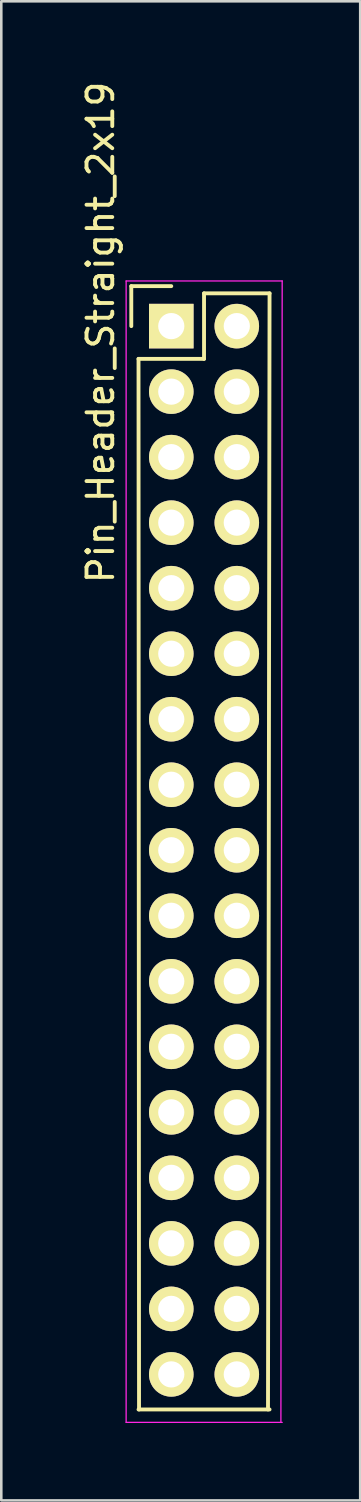
<source format=kicad_pcb>
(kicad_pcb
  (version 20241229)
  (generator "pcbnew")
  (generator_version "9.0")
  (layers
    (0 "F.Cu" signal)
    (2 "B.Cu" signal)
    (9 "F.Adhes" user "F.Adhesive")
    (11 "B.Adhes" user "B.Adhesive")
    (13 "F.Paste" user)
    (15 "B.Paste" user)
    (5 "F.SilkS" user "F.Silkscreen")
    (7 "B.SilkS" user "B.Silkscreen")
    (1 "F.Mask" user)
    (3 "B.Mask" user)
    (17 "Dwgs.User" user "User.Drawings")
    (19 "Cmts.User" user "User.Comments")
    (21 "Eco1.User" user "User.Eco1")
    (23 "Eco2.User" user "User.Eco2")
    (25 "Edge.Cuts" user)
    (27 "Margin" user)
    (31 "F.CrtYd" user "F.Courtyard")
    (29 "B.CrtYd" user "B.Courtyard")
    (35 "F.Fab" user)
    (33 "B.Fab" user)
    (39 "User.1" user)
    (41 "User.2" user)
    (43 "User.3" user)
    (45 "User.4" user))
  (footprint "Pin_Header_Straight_2x19"
    (layer "F.Cu")
    (at 3.59 9.593)
    (property "Reference" "Pin_Header_Straight_2x19" (at -2.742 0.246 90) (layer "F.SilkS") (effects (font (size 1 1) (thickness 0.15))))
    (attr through_hole)
    (fp_line (start -1.55 -1.55) (end -1.55 0) (stroke (width 0.15) (type solid)) (layer "F.SilkS"))
    (fp_line (start -1.25 42) (end -1.27 1.27) (stroke (width 0.15) (type solid)) (layer "F.SilkS"))
    (fp_line (start 0 -1.55) (end -1.55 -1.55) (stroke (width 0.15) (type solid)) (layer "F.SilkS"))
    (fp_line (start 1.27 -1.27) (end 1.27 1.27) (stroke (width 0.15) (type solid)) (layer "F.SilkS"))
    (fp_line (start 1.27 1.27) (end -1.27 1.27) (stroke (width 0.15) (type solid)) (layer "F.SilkS"))
    (fp_line (start 3.81 -1.27) (end 1.27 -1.27) (stroke (width 0.15) (type solid)) (layer "F.SilkS"))
    (fp_line (start 3.81 -1.27) (end 3.75 42) (stroke (width 0.15) (type solid)) (layer "F.SilkS"))
    (fp_line (start 3.81 42) (end -1.27 42) (stroke (width 0.15) (type solid)) (layer "F.SilkS"))
    (fp_line (start -1.75 -1.75) (end -1.75 42.5) (stroke (width 0.05) (type solid)) (layer "F.CrtYd"))
    (fp_line (start -1.75 -1.75) (end 4.3 -1.75) (stroke (width 0.05) (type solid)) (layer "F.CrtYd"))
    (fp_line (start -1.75 42.5) (end 4.3 42.5) (stroke (width 0.05) (type solid)) (layer "F.CrtYd"))
    (fp_line (start 4.3 -1.75) (end 4.25 42.5) (stroke (width 0.05) (type solid)) (layer "F.CrtYd"))
    (pad "1" thru_hole rect (at 0 0) (size 1.727 1.727) (drill 1.016) (layers "*.Cu" "*.Mask" "F.SilkS"))
    (pad "2" thru_hole oval (at 2.54 0) (size 1.727 1.727) (drill 1.016) (layers "*.Cu" "*.Mask" "F.SilkS"))
    (pad "3" thru_hole oval (at 0 2.54) (size 1.727 1.727) (drill 1.016) (layers "*.Cu" "*.Mask" "F.SilkS"))
    (pad "4" thru_hole oval (at 2.54 2.54) (size 1.727 1.727) (drill 1.016) (layers "*.Cu" "*.Mask" "F.SilkS"))
    (pad "5" thru_hole oval (at 0 5.08) (size 1.727 1.727) (drill 1.016) (layers "*.Cu" "*.Mask" "F.SilkS"))
    (pad "6" thru_hole oval (at 2.54 5.08) (size 1.727 1.727) (drill 1.016) (layers "*.Cu" "*.Mask" "F.SilkS"))
    (pad "7" thru_hole oval (at 0 7.62) (size 1.727 1.727) (drill 1.016) (layers "*.Cu" "*.Mask" "F.SilkS"))
    (pad "8" thru_hole oval (at 2.54 7.62) (size 1.727 1.727) (drill 1.016) (layers "*.Cu" "*.Mask" "F.SilkS"))
    (pad "9" thru_hole oval (at 0 10.16) (size 1.727 1.727) (drill 1.016) (layers "*.Cu" "*.Mask" "F.SilkS"))
    (pad "10" thru_hole oval (at 2.54 10.16) (size 1.727 1.727) (drill 1.016) (layers "*.Cu" "*.Mask" "F.SilkS"))
    (pad "11" thru_hole oval (at 0 12.7) (size 1.727 1.727) (drill 1.016) (layers "*.Cu" "*.Mask" "F.SilkS"))
    (pad "12" thru_hole oval (at 2.54 12.7) (size 1.727 1.727) (drill 1.016) (layers "*.Cu" "*.Mask" "F.SilkS"))
    (pad "13" thru_hole oval (at 0 15.24) (size 1.727 1.727) (drill 1.016) (layers "*.Cu" "*.Mask" "F.SilkS"))
    (pad "14" thru_hole oval (at 2.54 15.24) (size 1.727 1.727) (drill 1.016) (layers "*.Cu" "*.Mask" "F.SilkS"))
    (pad "15" thru_hole oval (at 0 17.78) (size 1.727 1.727) (drill 1.016) (layers "*.Cu" "*.Mask" "F.SilkS"))
    (pad "16" thru_hole oval (at 2.54 17.78) (size 1.727 1.727) (drill 1.016) (layers "*.Cu" "*.Mask" "F.SilkS"))
    (pad "17" thru_hole oval (at 0 20.32) (size 1.727 1.727) (drill 1.016) (layers "*.Cu" "*.Mask" "F.SilkS"))
    (pad "18" thru_hole oval (at 2.54 20.32) (size 1.727 1.727) (drill 1.016) (layers "*.Cu" "*.Mask" "F.SilkS"))
    (pad "19" thru_hole oval (at 0 22.86) (size 1.727 1.727) (drill 1.016) (layers "*.Cu" "*.Mask" "F.SilkS"))
    (pad "20" thru_hole oval (at 2.54 22.86) (size 1.727 1.727) (drill 1.016) (layers "*.Cu" "*.Mask" "F.SilkS"))
    (pad "21" thru_hole oval (at 0 25.4) (size 1.727 1.727) (drill 1.016) (layers "*.Cu" "*.Mask" "F.SilkS"))
    (pad "22" thru_hole oval (at 2.54 25.4) (size 1.727 1.727) (drill 1.016) (layers "*.Cu" "*.Mask" "F.SilkS"))
    (pad "23" thru_hole oval (at 0 27.94) (size 1.727 1.727) (drill 1.016) (layers "*.Cu" "*.Mask" "F.SilkS"))
    (pad "24" thru_hole oval (at 2.54 27.94) (size 1.727 1.727) (drill 1.016) (layers "*.Cu" "*.Mask" "F.SilkS"))
    (pad "25" thru_hole oval (at 0 30.48) (size 1.727 1.727) (drill 1.016) (layers "*.Cu" "*.Mask" "F.SilkS"))
    (pad "26" thru_hole oval (at 2.54 30.48) (size 1.727 1.727) (drill 1.016) (layers "*.Cu" "*.Mask" "F.SilkS"))
    (pad "27" thru_hole oval (at 0 33.02) (size 1.727 1.727) (drill 1.016) (layers "*.Cu" "*.Mask" "F.SilkS"))
    (pad "28" thru_hole oval (at 2.54 33.02) (size 1.727 1.727) (drill 1.016) (layers "*.Cu" "*.Mask" "F.SilkS"))
    (pad "29" thru_hole oval (at 0 35.56) (size 1.727 1.727) (drill 1.016) (layers "*.Cu" "*.Mask" "F.SilkS"))
    (pad "30" thru_hole oval (at 2.54 35.56) (size 1.727 1.727) (drill 1.016) (layers "*.Cu" "*.Mask" "F.SilkS"))
    (pad "31" thru_hole oval (at 0 38.1) (size 1.727 1.727) (drill 1.016) (layers "*.Cu" "*.Mask" "F.SilkS"))
    (pad "32" thru_hole oval (at 2.54 38.1) (size 1.727 1.727) (drill 1.016) (layers "*.Cu" "*.Mask" "F.SilkS"))
    (pad "33" thru_hole oval (at 0 40.64) (size 1.727 1.727) (drill 1.016) (layers "*.Cu" "*.Mask" "F.SilkS"))
    (pad "34" thru_hole oval (at 2.54 40.64) (size 1.727 1.727) (drill 1.016) (layers "*.Cu" "*.Mask" "F.SilkS")))
  (gr_rect
    (start -3 -3)
    (end 10.915 55.118)
    (stroke (width 0.1) (type default))
    (fill no)
    (layer "Edge.Cuts")))
</source>
